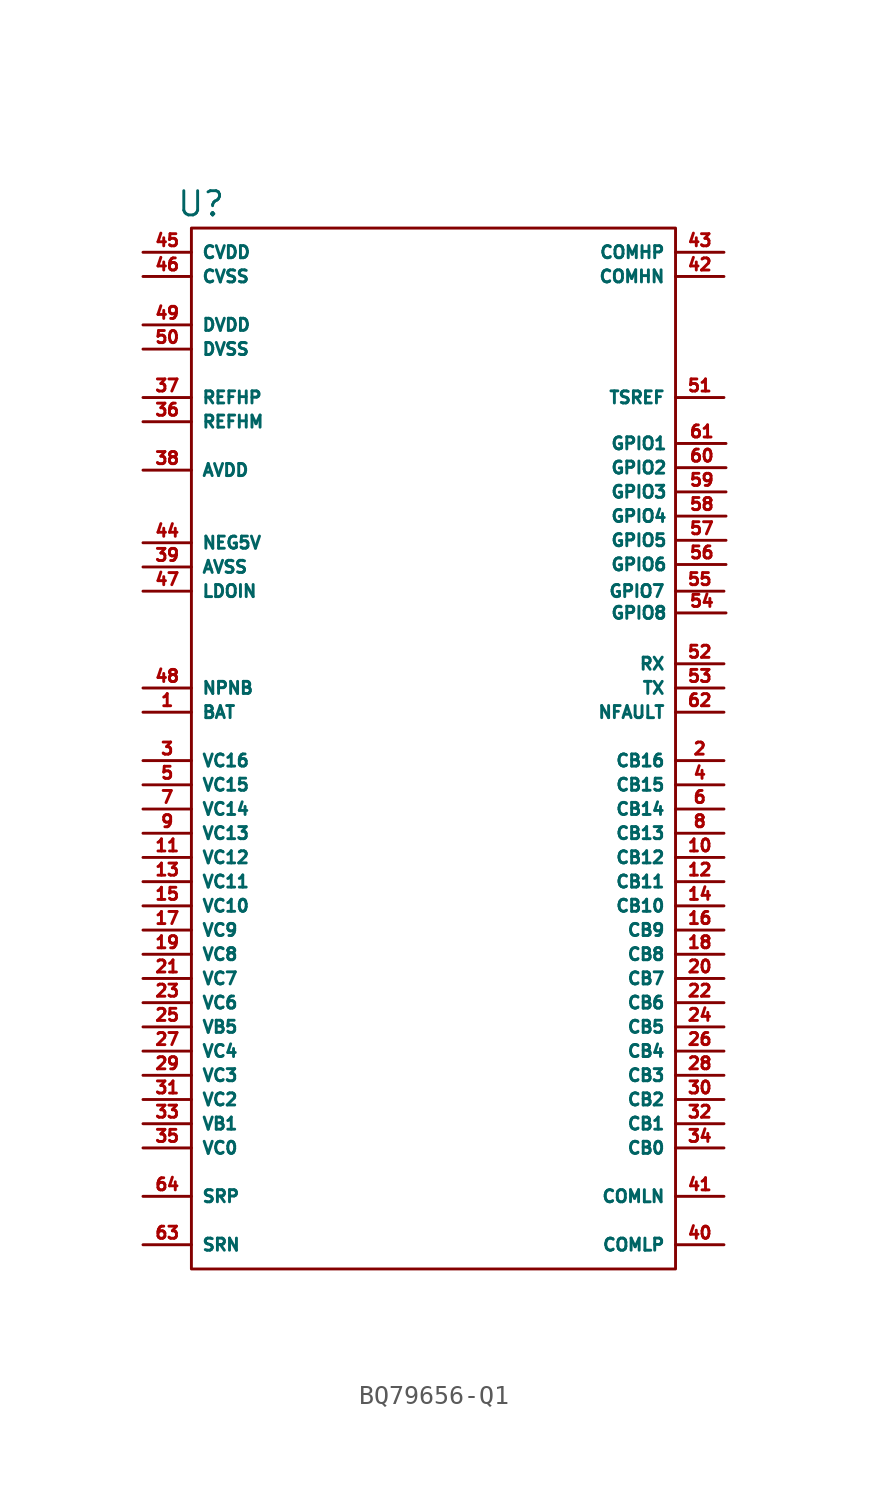
<source format=kicad_sym>
(kicad_symbol_lib
  (version 20231120)
  (generator "kicad_symbol_editor")
  (generator_version "8.0")
  (symbol "BQ79656-Q1"
    (property "Reference" "U"
      (at -12.192 30.48 0)
      (effects (font (size 1.27 1.27))))
    (property "Value" ""
      (at 0 0 0)
      (effects (font (size 1.27 1.27))))
    (symbol "BQ79656-Q1_1_1"
      (rectangle (start -12.7 29.21) (end 12.7 -25.4) (stroke (width 0) (type default)) (fill (type none)))
      (pin power_in line (at -15.24 3.81 0) (length 2.54) (name "BAT" (effects (font (size 0.635 0.635)))) (number "1" (effects (font (size 0.635 0.635)))))
      (pin bidirectional line (at 15.24 -3.81 180) (length 2.54) (name "CB12" (effects (font (size 0.635 0.635)))) (number "10" (effects (font (size 0.635 0.635)))))
      (pin input line (at -15.24 -3.81 0) (length 2.54) (name "VC12" (effects (font (size 0.635 0.635)))) (number "11" (effects (font (size 0.635 0.635)))))
      (pin bidirectional line (at 15.24 -5.08 180) (length 2.54) (name "CB11" (effects (font (size 0.635 0.635)))) (number "12" (effects (font (size 0.635 0.635)))))
      (pin input line (at -15.24 -5.08 0) (length 2.54) (name "VC11" (effects (font (size 0.635 0.635)))) (number "13" (effects (font (size 0.635 0.635)))))
      (pin bidirectional line (at 15.24 -6.35 180) (length 2.54) (name "CB10" (effects (font (size 0.635 0.635)))) (number "14" (effects (font (size 0.635 0.635)))))
      (pin input line (at -15.24 -6.35 0) (length 2.54) (name "VC10" (effects (font (size 0.635 0.635)))) (number "15" (effects (font (size 0.635 0.635)))))
      (pin bidirectional line (at 15.24 -7.62 180) (length 2.54) (name "CB9" (effects (font (size 0.635 0.635)))) (number "16" (effects (font (size 0.635 0.635)))))
      (pin input line (at -15.24 -7.62 0) (length 2.54) (name "VC9" (effects (font (size 0.635 0.635)))) (number "17" (effects (font (size 0.635 0.635)))))
      (pin bidirectional line (at 15.24 -8.89 180) (length 2.54) (name "CB8" (effects (font (size 0.635 0.635)))) (number "18" (effects (font (size 0.635 0.635)))))
      (pin input line (at -15.24 -8.89 0) (length 2.54) (name "VC8" (effects (font (size 0.635 0.635)))) (number "19" (effects (font (size 0.635 0.635)))))
      (pin bidirectional line (at 15.24 1.27 180) (length 2.54) (name "CB16" (effects (font (size 0.635 0.635)))) (number "2" (effects (font (size 0.635 0.635)))))
      (pin bidirectional line (at 15.24 -10.16 180) (length 2.54) (name "CB7" (effects (font (size 0.635 0.635)))) (number "20" (effects (font (size 0.635 0.635)))))
      (pin input line (at -15.24 -10.16 0) (length 2.54) (name "VC7" (effects (font (size 0.635 0.635)))) (number "21" (effects (font (size 0.635 0.635)))))
      (pin bidirectional line (at 15.24 -11.43 180) (length 2.54) (name "CB6" (effects (font (size 0.635 0.635)))) (number "22" (effects (font (size 0.635 0.635)))))
      (pin input line (at -15.24 -11.43 0) (length 2.54) (name "VC6" (effects (font (size 0.635 0.635)))) (number "23" (effects (font (size 0.635 0.635)))))
      (pin bidirectional line (at 15.24 -12.7 180) (length 2.54) (name "CB5" (effects (font (size 0.635 0.635)))) (number "24" (effects (font (size 0.635 0.635)))))
      (pin input line (at -15.24 -12.7 0) (length 2.54) (name "VB5" (effects (font (size 0.635 0.635)))) (number "25" (effects (font (size 0.635 0.635)))))
      (pin bidirectional line (at 15.24 -13.97 180) (length 2.54) (name "CB4" (effects (font (size 0.635 0.635)))) (number "26" (effects (font (size 0.635 0.635)))))
      (pin input line (at -15.24 -13.97 0) (length 2.54) (name "VC4" (effects (font (size 0.635 0.635)))) (number "27" (effects (font (size 0.635 0.635)))))
      (pin bidirectional line (at 15.24 -15.24 180) (length 2.54) (name "CB3" (effects (font (size 0.635 0.635)))) (number "28" (effects (font (size 0.635 0.635)))))
      (pin input line (at -15.24 -15.24 0) (length 2.54) (name "VC3" (effects (font (size 0.635 0.635)))) (number "29" (effects (font (size 0.635 0.635)))))
      (pin input line (at -15.24 1.27 0) (length 2.54) (name "VC16" (effects (font (size 0.635 0.635)))) (number "3" (effects (font (size 0.635 0.635)))))
      (pin bidirectional line (at 15.24 -16.51 180) (length 2.54) (name "CB2" (effects (font (size 0.635 0.635)))) (number "30" (effects (font (size 0.635 0.635)))))
      (pin input line (at -15.24 -16.51 0) (length 2.54) (name "VC2" (effects (font (size 0.635 0.635)))) (number "31" (effects (font (size 0.635 0.635)))))
      (pin bidirectional line (at 15.24 -17.78 180) (length 2.54) (name "CB1" (effects (font (size 0.635 0.635)))) (number "32" (effects (font (size 0.635 0.635)))))
      (pin input line (at -15.24 -17.78 0) (length 2.54) (name "VB1" (effects (font (size 0.635 0.635)))) (number "33" (effects (font (size 0.635 0.635)))))
      (pin bidirectional line (at 15.24 -19.05 180) (length 2.54) (name "CB0" (effects (font (size 0.635 0.635)))) (number "34" (effects (font (size 0.635 0.635)))))
      (pin input line (at -15.24 -19.05 0) (length 2.54) (name "VC0" (effects (font (size 0.635 0.635)))) (number "35" (effects (font (size 0.635 0.635)))))
      (pin power_in line (at -15.24 19.05 0) (length 2.54) (name "REFHM" (effects (font (size 0.635 0.635)))) (number "36" (effects (font (size 0.635 0.635)))))
      (pin power_in line (at -15.24 20.32 0) (length 2.54) (name "REFHP" (effects (font (size 0.635 0.635)))) (number "37" (effects (font (size 0.635 0.635)))))
      (pin power_in line (at -15.24 16.51 0) (length 2.54) (name "AVDD" (effects (font (size 0.635 0.635)))) (number "38" (effects (font (size 0.635 0.635)))))
      (pin power_in line (at -15.24 11.43 0) (length 2.54) (name "AVSS" (effects (font (size 0.635 0.635)))) (number "39" (effects (font (size 0.635 0.635)))))
      (pin bidirectional line (at 15.24 0 180) (length 2.54) (name "CB15" (effects (font (size 0.635 0.635)))) (number "4" (effects (font (size 0.635 0.635)))))
      (pin bidirectional line (at 15.24 -24.13 180) (length 2.54) (name "COMLP" (effects (font (size 0.635 0.635)))) (number "40" (effects (font (size 0.635 0.635)))))
      (pin bidirectional line (at 15.24 -21.59 180) (length 2.54) (name "COMLN" (effects (font (size 0.635 0.635)))) (number "41" (effects (font (size 0.635 0.635)))))
      (pin bidirectional line (at 15.24 26.67 180) (length 2.54) (name "COMHN" (effects (font (size 0.635 0.635)))) (number "42" (effects (font (size 0.635 0.635)))))
      (pin bidirectional line (at 15.24 27.94 180) (length 2.54) (name "COMHP" (effects (font (size 0.635 0.635)))) (number "43" (effects (font (size 0.635 0.635)))))
      (pin power_in line (at -15.24 12.7 0) (length 2.54) (name "NEG5V" (effects (font (size 0.635 0.635)))) (number "44" (effects (font (size 0.635 0.635)))))
      (pin power_in line (at -15.24 27.94 0) (length 2.54) (name "CVDD" (effects (font (size 0.635 0.635)))) (number "45" (effects (font (size 0.635 0.635)))))
      (pin power_in line (at -15.24 26.67 0) (length 2.54) (name "CVSS" (effects (font (size 0.635 0.635)))) (number "46" (effects (font (size 0.635 0.635)))))
      (pin power_in line (at -15.24 10.16 0) (length 2.54) (name "LDOIN" (effects (font (size 0.635 0.635)))) (number "47" (effects (font (size 0.635 0.635)))))
      (pin power_in line (at -15.24 5.08 0) (length 2.54) (name "NPNB" (effects (font (size 0.635 0.635)))) (number "48" (effects (font (size 0.635 0.635)))))
      (pin power_in line (at -15.24 24.13 0) (length 2.54) (name "DVDD" (effects (font (size 0.635 0.635)))) (number "49" (effects (font (size 0.635 0.635)))))
      (pin input line (at -15.24 0 0) (length 2.54) (name "VC15" (effects (font (size 0.635 0.635)))) (number "5" (effects (font (size 0.635 0.635)))))
      (pin power_in line (at -15.24 22.86 0) (length 2.54) (name "DVSS" (effects (font (size 0.635 0.635)))) (number "50" (effects (font (size 0.635 0.635)))))
      (pin power_in line (at 15.24 20.32 180) (length 2.54) (name "TSREF" (effects (font (size 0.635 0.635)))) (number "51" (effects (font (size 0.635 0.635)))))
      (pin input line (at 15.24 6.35 180) (length 2.54) (name "RX" (effects (font (size 0.635 0.635)))) (number "52" (effects (font (size 0.635 0.635)))))
      (pin output line (at 15.24 5.08 180) (length 2.54) (name "TX" (effects (font (size 0.635 0.635)))) (number "53" (effects (font (size 0.635 0.635)))))
      (pin bidirectional line (at 15.348 9.019 180) (length 2.54) (name "GPIO8" (effects (font (size 0.635 0.635)))) (number "54" (effects (font (size 0.635 0.635)))))
      (pin bidirectional line (at 15.24 10.16 180) (length 2.54) (name "GPIO7" (effects (font (size 0.635 0.635)))) (number "55" (effects (font (size 0.635 0.635)))))
      (pin bidirectional line (at 15.348 11.559 180) (length 2.54) (name "GPIO6" (effects (font (size 0.635 0.635)))) (number "56" (effects (font (size 0.635 0.635)))))
      (pin bidirectional line (at 15.348 12.829 180) (length 2.54) (name "GPIO5" (effects (font (size 0.635 0.635)))) (number "57" (effects (font (size 0.635 0.635)))))
      (pin bidirectional line (at 15.348 14.099 180) (length 2.54) (name "GPIO4" (effects (font (size 0.635 0.635)))) (number "58" (effects (font (size 0.635 0.635)))))
      (pin bidirectional line (at 15.348 15.369 180) (length 2.54) (name "GPIO3" (effects (font (size 0.635 0.635)))) (number "59" (effects (font (size 0.635 0.635)))))
      (pin bidirectional line (at 15.24 -1.27 180) (length 2.54) (name "CB14" (effects (font (size 0.635 0.635)))) (number "6" (effects (font (size 0.635 0.635)))))
      (pin bidirectional line (at 15.348 16.639 180) (length 2.54) (name "GPIO2" (effects (font (size 0.635 0.635)))) (number "60" (effects (font (size 0.635 0.635)))))
      (pin bidirectional line (at 15.348 17.909 180) (length 2.54) (name "GPIO1" (effects (font (size 0.635 0.635)))) (number "61" (effects (font (size 0.635 0.635)))))
      (pin output line (at 15.24 3.81 180) (length 2.54) (name "NFAULT" (effects (font (size 0.635 0.635)))) (number "62" (effects (font (size 0.635 0.635)))))
      (pin input line (at -15.24 -24.13 0) (length 2.54) (name "SRN" (effects (font (size 0.635 0.635)))) (number "63" (effects (font (size 0.635 0.635)))))
      (pin input line (at -15.24 -21.59 0) (length 2.54) (name "SRP" (effects (font (size 0.635 0.635)))) (number "64" (effects (font (size 0.635 0.635)))))
      (pin input line (at -15.24 -1.27 0) (length 2.54) (name "VC14" (effects (font (size 0.635 0.635)))) (number "7" (effects (font (size 0.635 0.635)))))
      (pin bidirectional line (at 15.24 -2.54 180) (length 2.54) (name "CB13" (effects (font (size 0.635 0.635)))) (number "8" (effects (font (size 0.635 0.635)))))
      (pin input line (at -15.24 -2.54 0) (length 2.54) (name "VC13" (effects (font (size 0.635 0.635)))) (number "9" (effects (font (size 0.635 0.635))))))))
</source>
